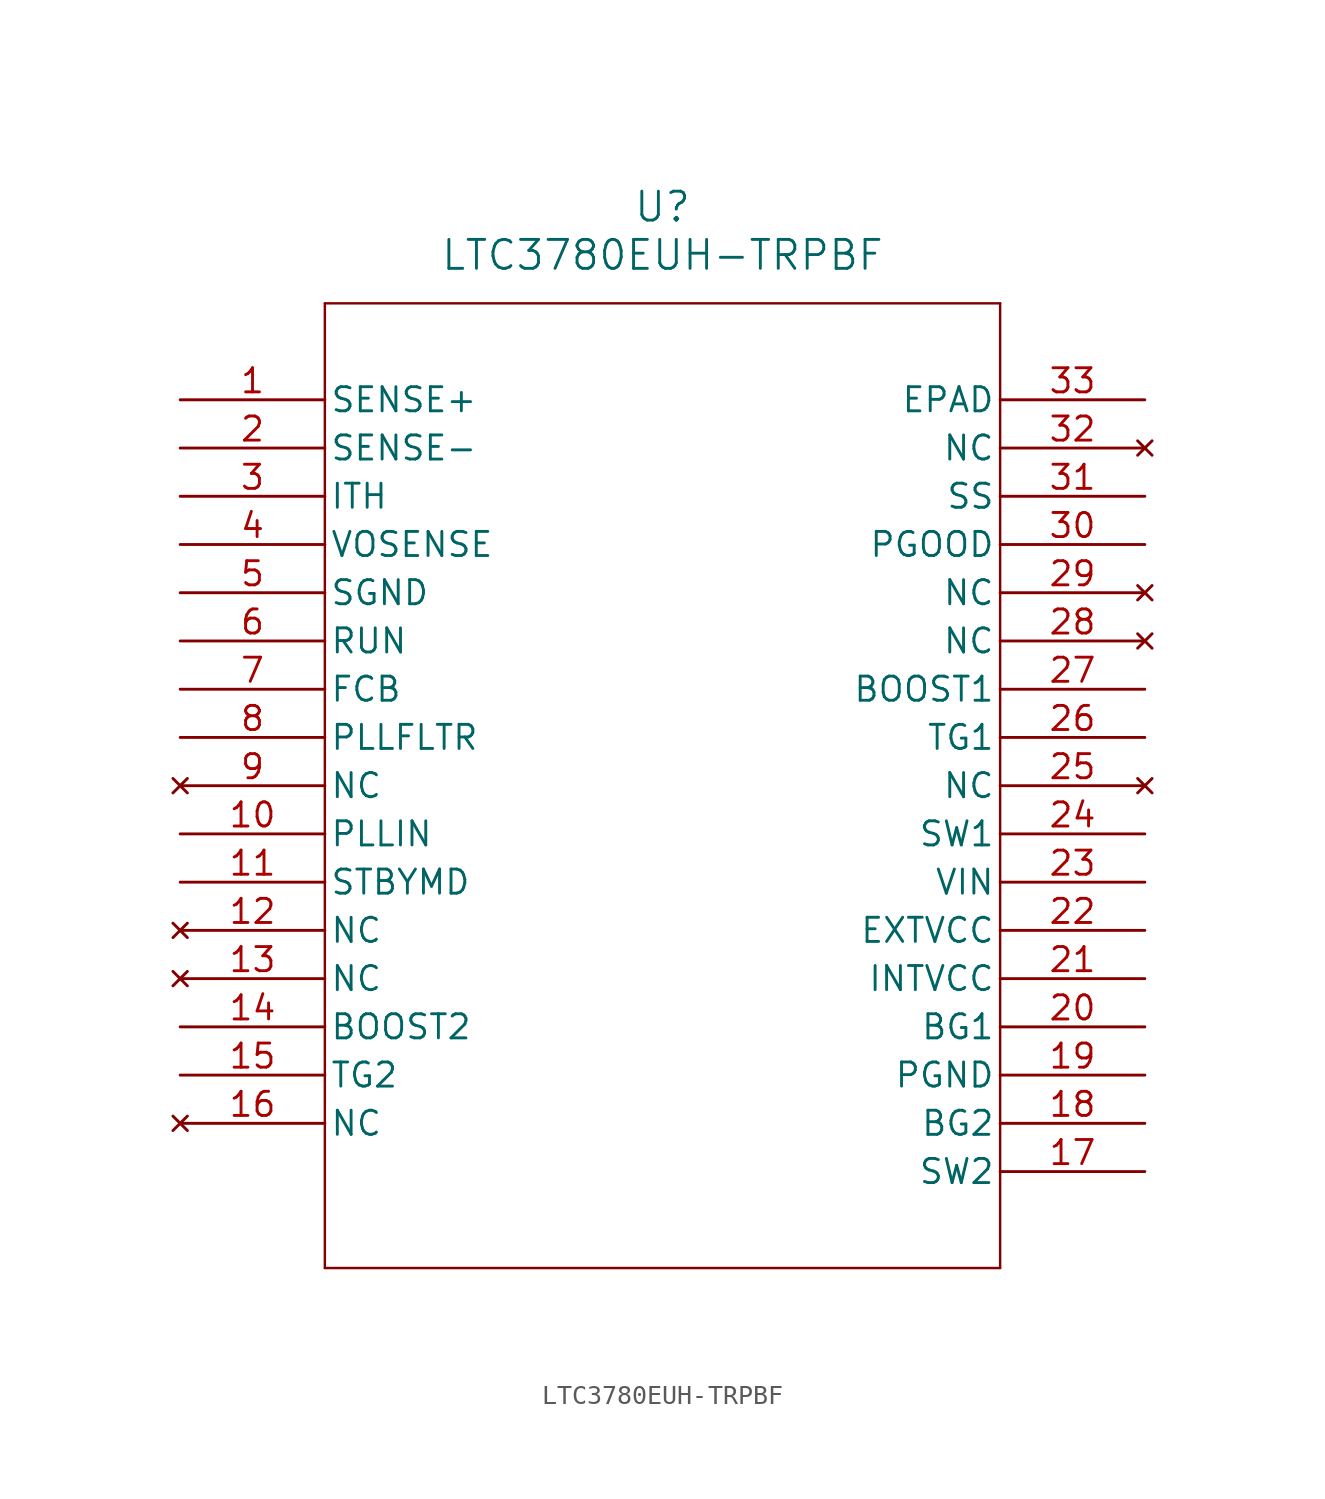
<source format=kicad_sym>
(kicad_symbol_lib
  (version 20211014)
  (generator kicad_symbol_editor)
  (symbol "LTC3780EUH-TRPBF"
    (pin_names
      (offset 0.254))
    (property "Reference" "U"
      (at 25.4 10.16 0)
      (effects (font (size 1.524 1.524))))
    (property "Value" "LTC3780EUH-TRPBF"
      (at 25.4 7.62 0)
      (effects (font (size 1.524 1.524))))
    (symbol "LTC3780EUH-TRPBF_0_1"
      (polyline (pts (xy 7.62 5.08) (xy 7.62 -45.72)) (stroke (width .127) (type default) (color 0 0 0 0)) (fill (type none)))
      (polyline (pts (xy 7.62 -45.72) (xy 43.18 -45.72)) (stroke (width .127) (type default) (color 0 0 0 0)) (fill (type none)))
      (polyline (pts (xy 43.18 -45.72) (xy 43.18 5.08)) (stroke (width .127) (type default) (color 0 0 0 0)) (fill (type none)))
      (polyline (pts (xy 43.18 5.08) (xy 7.62 5.08)) (stroke (width .127) (type default) (color 0 0 0 0)) (fill (type none)))
      (pin input line (at 0 0 0) (length 7.62) (name "SENSE+" (effects (font (size 1.27 1.27)))) (number "1" (effects (font (size 1.27 1.27)))))
      (pin input line (at 0 -2.54 0) (length 7.62) (name "SENSE-" (effects (font (size 1.27 1.27)))) (number "2" (effects (font (size 1.27 1.27)))))
      (pin unspecified line (at 0 -5.08 0) (length 7.62) (name "ITH" (effects (font (size 1.27 1.27)))) (number "3" (effects (font (size 1.27 1.27)))))
      (pin input line (at 0 -7.62 0) (length 7.62) (name "VOSENSE" (effects (font (size 1.27 1.27)))) (number "4" (effects (font (size 1.27 1.27)))))
      (pin power_in line (at 0 -10.16 0) (length 7.62) (name "SGND" (effects (font (size 1.27 1.27)))) (number "5" (effects (font (size 1.27 1.27)))))
      (pin input line (at 0 -12.7 0) (length 7.62) (name "RUN" (effects (font (size 1.27 1.27)))) (number "6" (effects (font (size 1.27 1.27)))))
      (pin input line (at 0 -15.24 0) (length 7.62) (name "FCB" (effects (font (size 1.27 1.27)))) (number "7" (effects (font (size 1.27 1.27)))))
      (pin unspecified line (at 0 -17.78 0) (length 7.62) (name "PLLFLTR" (effects (font (size 1.27 1.27)))) (number "8" (effects (font (size 1.27 1.27)))))
      (pin no_connect line (at 0 -20.32 0) (length 7.62) (name "NC" (effects (font (size 1.27 1.27)))) (number "9" (effects (font (size 1.27 1.27)))))
      (pin input line (at 0 -22.86 0) (length 7.62) (name "PLLIN" (effects (font (size 1.27 1.27)))) (number "10" (effects (font (size 1.27 1.27)))))
      (pin unspecified line (at 0 -25.4 0) (length 7.62) (name "STBYMD" (effects (font (size 1.27 1.27)))) (number "11" (effects (font (size 1.27 1.27)))))
      (pin no_connect line (at 0 -27.94 0) (length 7.62) (name "NC" (effects (font (size 1.27 1.27)))) (number "12" (effects (font (size 1.27 1.27)))))
      (pin no_connect line (at 0 -30.48 0) (length 7.62) (name "NC" (effects (font (size 1.27 1.27)))) (number "13" (effects (font (size 1.27 1.27)))))
      (pin unspecified line (at 0 -33.02 0) (length 7.62) (name "BOOST2" (effects (font (size 1.27 1.27)))) (number "14" (effects (font (size 1.27 1.27)))))
      (pin unspecified line (at 0 -35.56 0) (length 7.62) (name "TG2" (effects (font (size 1.27 1.27)))) (number "15" (effects (font (size 1.27 1.27)))))
      (pin no_connect line (at 0 -38.1 0) (length 7.62) (name "NC" (effects (font (size 1.27 1.27)))) (number "16" (effects (font (size 1.27 1.27)))))
      (pin unspecified line (at 50.8 -40.64 180) (length 7.62) (name "SW2" (effects (font (size 1.27 1.27)))) (number "17" (effects (font (size 1.27 1.27)))))
      (pin unspecified line (at 50.8 -38.1 180) (length 7.62) (name "BG2" (effects (font (size 1.27 1.27)))) (number "18" (effects (font (size 1.27 1.27)))))
      (pin power_in line (at 50.8 -35.56 180) (length 7.62) (name "PGND" (effects (font (size 1.27 1.27)))) (number "19" (effects (font (size 1.27 1.27)))))
      (pin unspecified line (at 50.8 -33.02 180) (length 7.62) (name "BG1" (effects (font (size 1.27 1.27)))) (number "20" (effects (font (size 1.27 1.27)))))
      (pin output line (at 50.8 -30.48 180) (length 7.62) (name "INTVCC" (effects (font (size 1.27 1.27)))) (number "21" (effects (font (size 1.27 1.27)))))
      (pin input line (at 50.8 -27.94 180) (length 7.62) (name "EXTVCC" (effects (font (size 1.27 1.27)))) (number "22" (effects (font (size 1.27 1.27)))))
      (pin input line (at 50.8 -25.4 180) (length 7.62) (name "VIN" (effects (font (size 1.27 1.27)))) (number "23" (effects (font (size 1.27 1.27)))))
      (pin unspecified line (at 50.8 -22.86 180) (length 7.62) (name "SW1" (effects (font (size 1.27 1.27)))) (number "24" (effects (font (size 1.27 1.27)))))
      (pin no_connect line (at 50.8 -20.32 180) (length 7.62) (name "NC" (effects (font (size 1.27 1.27)))) (number "25" (effects (font (size 1.27 1.27)))))
      (pin unspecified line (at 50.8 -17.78 180) (length 7.62) (name "TG1" (effects (font (size 1.27 1.27)))) (number "26" (effects (font (size 1.27 1.27)))))
      (pin unspecified line (at 50.8 -15.24 180) (length 7.62) (name "BOOST1" (effects (font (size 1.27 1.27)))) (number "27" (effects (font (size 1.27 1.27)))))
      (pin no_connect line (at 50.8 -12.7 180) (length 7.62) (name "NC" (effects (font (size 1.27 1.27)))) (number "28" (effects (font (size 1.27 1.27)))))
      (pin no_connect line (at 50.8 -10.16 180) (length 7.62) (name "NC" (effects (font (size 1.27 1.27)))) (number "29" (effects (font (size 1.27 1.27)))))
      (pin output line (at 50.8 -7.62 180) (length 7.62) (name "PGOOD" (effects (font (size 1.27 1.27)))) (number "30" (effects (font (size 1.27 1.27)))))
      (pin input line (at 50.8 -5.08 180) (length 7.62) (name "SS" (effects (font (size 1.27 1.27)))) (number "31" (effects (font (size 1.27 1.27)))))
      (pin no_connect line (at 50.8 -2.54 180) (length 7.62) (name "NC" (effects (font (size 1.27 1.27)))) (number "32" (effects (font (size 1.27 1.27)))))
      (pin unspecified line (at 50.8 0 180) (length 7.62) (name "EPAD" (effects (font (size 1.27 1.27)))) (number "33" (effects (font (size 1.27 1.27))))))))
</source>
